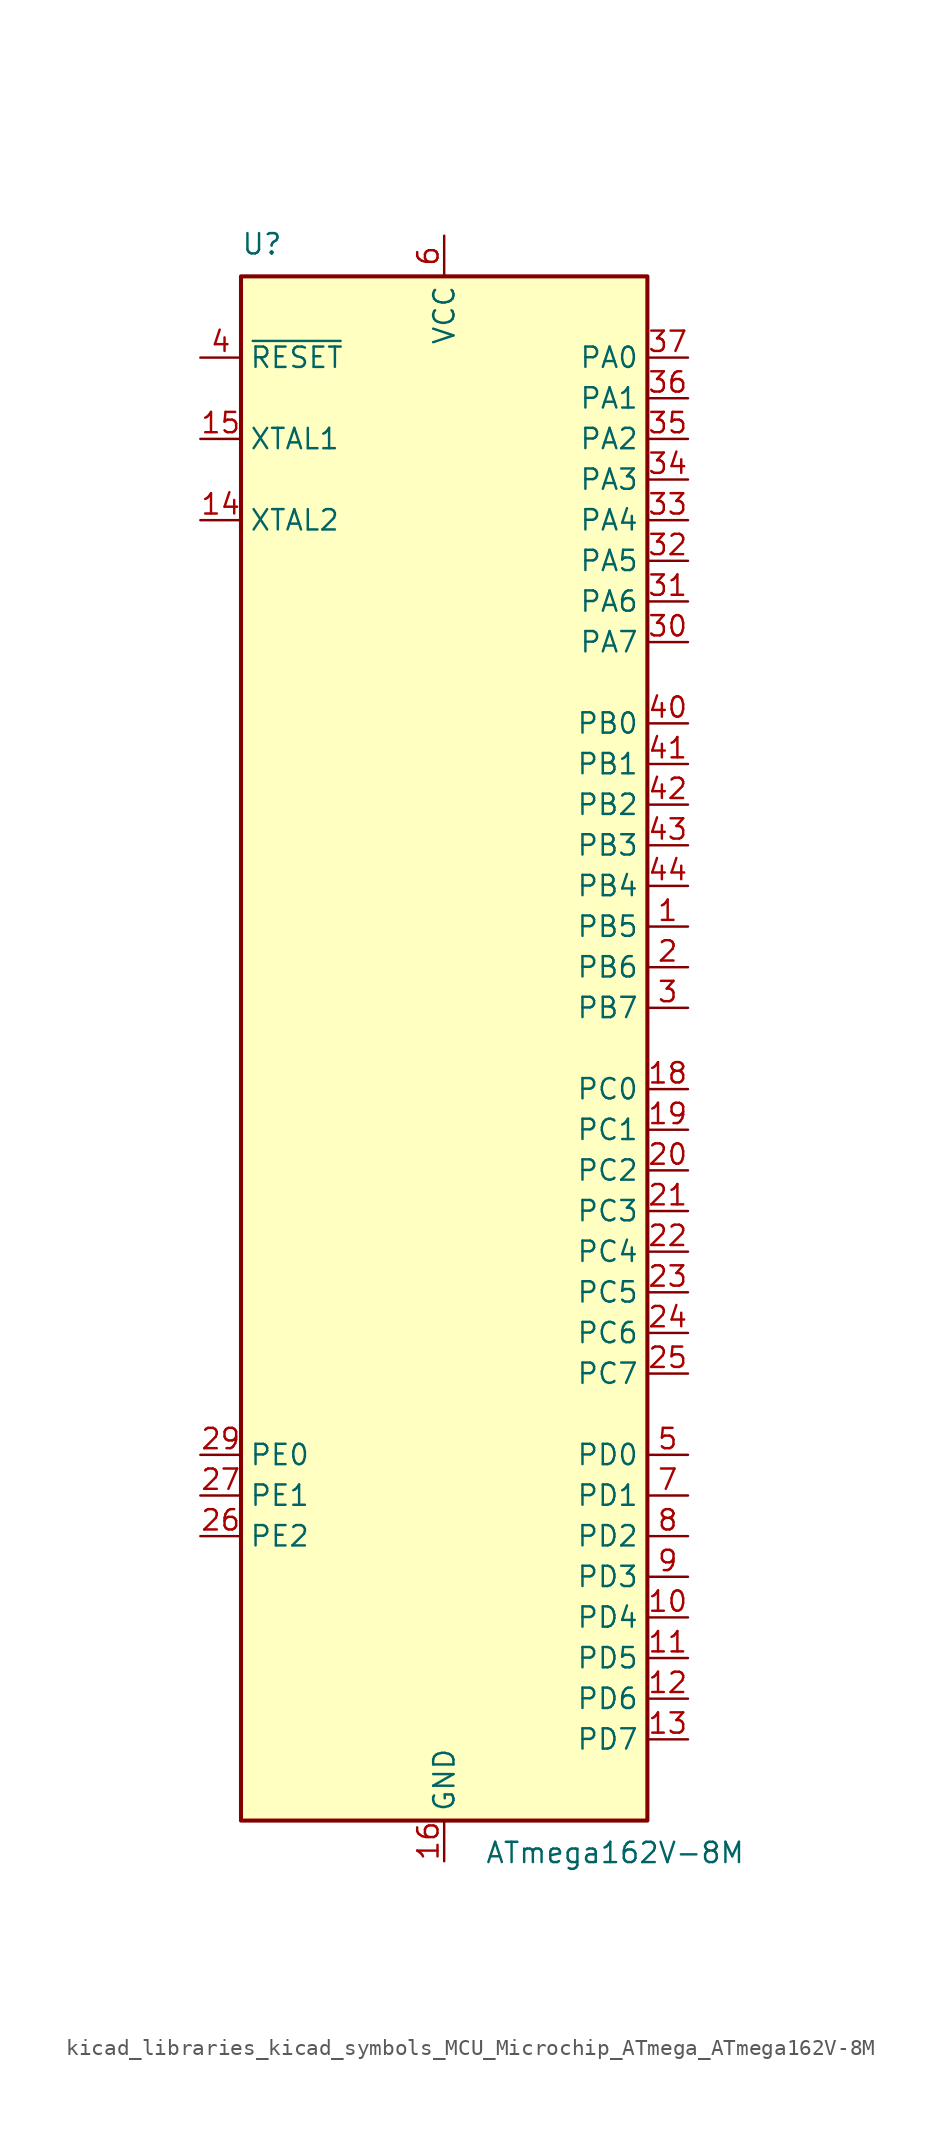
<source format=kicad_sym>
(kicad_symbol_lib
  (version 20220914)
  (generator kicad_symbol_editor)
  (symbol "kicad_libraries_kicad_symbols_MCU_Microchip_ATmega_ATmega162V-8M"
    (property "Reference" "U"
      (at -12.7 49.53 0)
      (effects (font (size 1.27 1.27)) (justify left bottom)))
    (property "Value" "ATmega162V-8M"
      (at 2.54 -49.53 0)
      (effects (font (size 1.27 1.27)) (justify left top)))
    (symbol "kicad_libraries_kicad_symbols_MCU_Microchip_ATmega_ATmega162V-8M_0_1"
      (rectangle (start -12.7 -48.26) (end 12.7 48.26) (stroke (width 0.254) (type default)) (fill (type background))))
    (symbol "kicad_libraries_kicad_symbols_MCU_Microchip_ATmega_ATmega162V-8M_1_1"
      (pin bidirectional line (at 15.24 7.62 180) (length 2.54) (name "PB5" (effects (font (size 1.27 1.27)))) (number "1" (effects (font (size 1.27 1.27)))))
      (pin bidirectional line (at 15.24 -35.56 180) (length 2.54) (name "PD4" (effects (font (size 1.27 1.27)))) (number "10" (effects (font (size 1.27 1.27)))))
      (pin bidirectional line (at 15.24 -38.1 180) (length 2.54) (name "PD5" (effects (font (size 1.27 1.27)))) (number "11" (effects (font (size 1.27 1.27)))))
      (pin bidirectional line (at 15.24 -40.64 180) (length 2.54) (name "PD6" (effects (font (size 1.27 1.27)))) (number "12" (effects (font (size 1.27 1.27)))))
      (pin bidirectional line (at 15.24 -43.18 180) (length 2.54) (name "PD7" (effects (font (size 1.27 1.27)))) (number "13" (effects (font (size 1.27 1.27)))))
      (pin output line (at -15.24 33.02 0) (length 2.54) (name "XTAL2" (effects (font (size 1.27 1.27)))) (number "14" (effects (font (size 1.27 1.27)))))
      (pin input line (at -15.24 38.1 0) (length 2.54) (name "XTAL1" (effects (font (size 1.27 1.27)))) (number "15" (effects (font (size 1.27 1.27)))))
      (pin power_in line (at 0 -50.8 90) (length 2.54) (name "GND" (effects (font (size 1.27 1.27)))) (number "16" (effects (font (size 1.27 1.27)))))
      (pin passive line (at 0 50.8 270) (length 2.54) hide (name "VCC" (effects (font (size 1.27 1.27)))) (number "17" (effects (font (size 1.27 1.27)))))
      (pin bidirectional line (at 15.24 -2.54 180) (length 2.54) (name "PC0" (effects (font (size 1.27 1.27)))) (number "18" (effects (font (size 1.27 1.27)))))
      (pin bidirectional line (at 15.24 -5.08 180) (length 2.54) (name "PC1" (effects (font (size 1.27 1.27)))) (number "19" (effects (font (size 1.27 1.27)))))
      (pin bidirectional line (at 15.24 5.08 180) (length 2.54) (name "PB6" (effects (font (size 1.27 1.27)))) (number "2" (effects (font (size 1.27 1.27)))))
      (pin bidirectional line (at 15.24 -7.62 180) (length 2.54) (name "PC2" (effects (font (size 1.27 1.27)))) (number "20" (effects (font (size 1.27 1.27)))))
      (pin bidirectional line (at 15.24 -10.16 180) (length 2.54) (name "PC3" (effects (font (size 1.27 1.27)))) (number "21" (effects (font (size 1.27 1.27)))))
      (pin bidirectional line (at 15.24 -12.7 180) (length 2.54) (name "PC4" (effects (font (size 1.27 1.27)))) (number "22" (effects (font (size 1.27 1.27)))))
      (pin bidirectional line (at 15.24 -15.24 180) (length 2.54) (name "PC5" (effects (font (size 1.27 1.27)))) (number "23" (effects (font (size 1.27 1.27)))))
      (pin bidirectional line (at 15.24 -17.78 180) (length 2.54) (name "PC6" (effects (font (size 1.27 1.27)))) (number "24" (effects (font (size 1.27 1.27)))))
      (pin bidirectional line (at 15.24 -20.32 180) (length 2.54) (name "PC7" (effects (font (size 1.27 1.27)))) (number "25" (effects (font (size 1.27 1.27)))))
      (pin bidirectional line (at -15.24 -30.48 0) (length 2.54) (name "PE2" (effects (font (size 1.27 1.27)))) (number "26" (effects (font (size 1.27 1.27)))))
      (pin bidirectional line (at -15.24 -27.94 0) (length 2.54) (name "PE1" (effects (font (size 1.27 1.27)))) (number "27" (effects (font (size 1.27 1.27)))))
      (pin passive line (at 0 -50.8 90) (length 2.54) hide (name "GND" (effects (font (size 1.27 1.27)))) (number "28" (effects (font (size 1.27 1.27)))))
      (pin bidirectional line (at -15.24 -25.4 0) (length 2.54) (name "PE0" (effects (font (size 1.27 1.27)))) (number "29" (effects (font (size 1.27 1.27)))))
      (pin bidirectional line (at 15.24 2.54 180) (length 2.54) (name "PB7" (effects (font (size 1.27 1.27)))) (number "3" (effects (font (size 1.27 1.27)))))
      (pin bidirectional line (at 15.24 25.4 180) (length 2.54) (name "PA7" (effects (font (size 1.27 1.27)))) (number "30" (effects (font (size 1.27 1.27)))))
      (pin bidirectional line (at 15.24 27.94 180) (length 2.54) (name "PA6" (effects (font (size 1.27 1.27)))) (number "31" (effects (font (size 1.27 1.27)))))
      (pin bidirectional line (at 15.24 30.48 180) (length 2.54) (name "PA5" (effects (font (size 1.27 1.27)))) (number "32" (effects (font (size 1.27 1.27)))))
      (pin bidirectional line (at 15.24 33.02 180) (length 2.54) (name "PA4" (effects (font (size 1.27 1.27)))) (number "33" (effects (font (size 1.27 1.27)))))
      (pin bidirectional line (at 15.24 35.56 180) (length 2.54) (name "PA3" (effects (font (size 1.27 1.27)))) (number "34" (effects (font (size 1.27 1.27)))))
      (pin bidirectional line (at 15.24 38.1 180) (length 2.54) (name "PA2" (effects (font (size 1.27 1.27)))) (number "35" (effects (font (size 1.27 1.27)))))
      (pin bidirectional line (at 15.24 40.64 180) (length 2.54) (name "PA1" (effects (font (size 1.27 1.27)))) (number "36" (effects (font (size 1.27 1.27)))))
      (pin bidirectional line (at 15.24 43.18 180) (length 2.54) (name "PA0" (effects (font (size 1.27 1.27)))) (number "37" (effects (font (size 1.27 1.27)))))
      (pin passive line (at 0 50.8 270) (length 2.54) hide (name "VCC" (effects (font (size 1.27 1.27)))) (number "38" (effects (font (size 1.27 1.27)))))
      (pin passive line (at 0 -50.8 90) (length 2.54) hide (name "GND" (effects (font (size 1.27 1.27)))) (number "39" (effects (font (size 1.27 1.27)))))
      (pin input line (at -15.24 43.18 0) (length 2.54) (name "~{RESET}" (effects (font (size 1.27 1.27)))) (number "4" (effects (font (size 1.27 1.27)))))
      (pin bidirectional line (at 15.24 20.32 180) (length 2.54) (name "PB0" (effects (font (size 1.27 1.27)))) (number "40" (effects (font (size 1.27 1.27)))))
      (pin bidirectional line (at 15.24 17.78 180) (length 2.54) (name "PB1" (effects (font (size 1.27 1.27)))) (number "41" (effects (font (size 1.27 1.27)))))
      (pin bidirectional line (at 15.24 15.24 180) (length 2.54) (name "PB2" (effects (font (size 1.27 1.27)))) (number "42" (effects (font (size 1.27 1.27)))))
      (pin bidirectional line (at 15.24 12.7 180) (length 2.54) (name "PB3" (effects (font (size 1.27 1.27)))) (number "43" (effects (font (size 1.27 1.27)))))
      (pin bidirectional line (at 15.24 10.16 180) (length 2.54) (name "PB4" (effects (font (size 1.27 1.27)))) (number "44" (effects (font (size 1.27 1.27)))))
      (pin passive line (at 0 -50.8 90) (length 2.54) hide (name "GND" (effects (font (size 1.27 1.27)))) (number "45" (effects (font (size 1.27 1.27)))))
      (pin bidirectional line (at 15.24 -25.4 180) (length 2.54) (name "PD0" (effects (font (size 1.27 1.27)))) (number "5" (effects (font (size 1.27 1.27)))))
      (pin power_in line (at 0 50.8 270) (length 2.54) (name "VCC" (effects (font (size 1.27 1.27)))) (number "6" (effects (font (size 1.27 1.27)))))
      (pin bidirectional line (at 15.24 -27.94 180) (length 2.54) (name "PD1" (effects (font (size 1.27 1.27)))) (number "7" (effects (font (size 1.27 1.27)))))
      (pin bidirectional line (at 15.24 -30.48 180) (length 2.54) (name "PD2" (effects (font (size 1.27 1.27)))) (number "8" (effects (font (size 1.27 1.27)))))
      (pin bidirectional line (at 15.24 -33.02 180) (length 2.54) (name "PD3" (effects (font (size 1.27 1.27)))) (number "9" (effects (font (size 1.27 1.27))))))))
</source>
